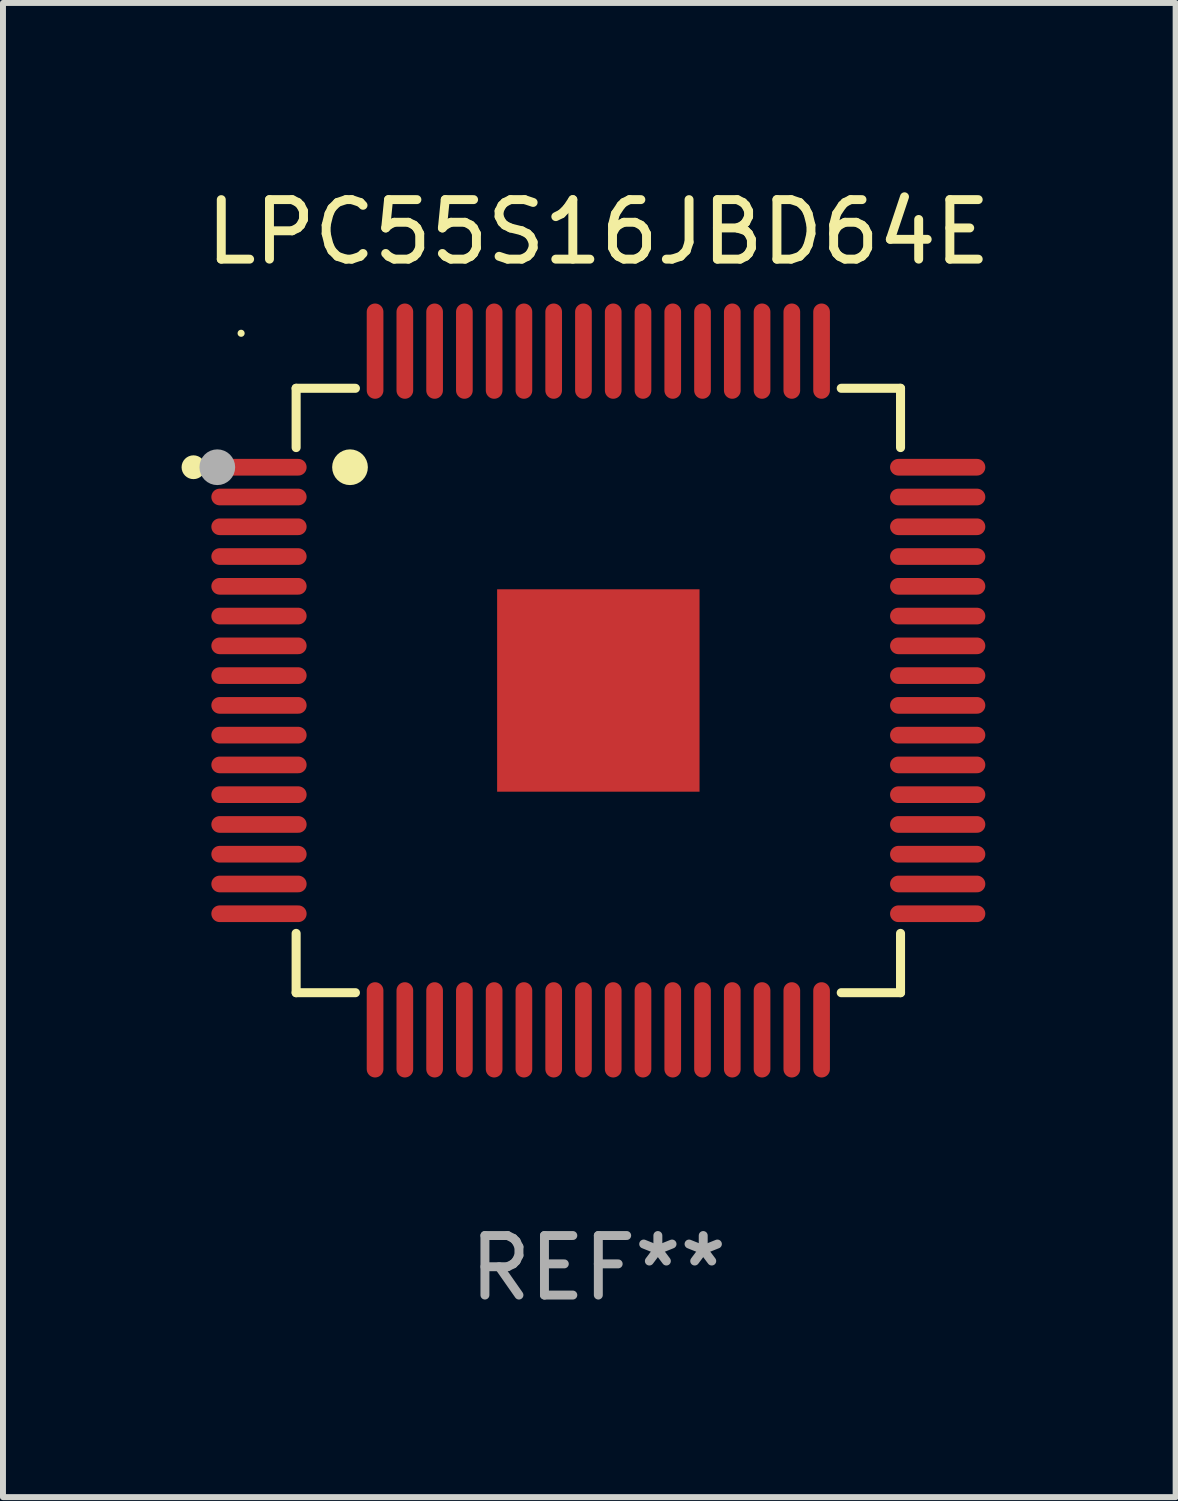
<source format=kicad_pcb>
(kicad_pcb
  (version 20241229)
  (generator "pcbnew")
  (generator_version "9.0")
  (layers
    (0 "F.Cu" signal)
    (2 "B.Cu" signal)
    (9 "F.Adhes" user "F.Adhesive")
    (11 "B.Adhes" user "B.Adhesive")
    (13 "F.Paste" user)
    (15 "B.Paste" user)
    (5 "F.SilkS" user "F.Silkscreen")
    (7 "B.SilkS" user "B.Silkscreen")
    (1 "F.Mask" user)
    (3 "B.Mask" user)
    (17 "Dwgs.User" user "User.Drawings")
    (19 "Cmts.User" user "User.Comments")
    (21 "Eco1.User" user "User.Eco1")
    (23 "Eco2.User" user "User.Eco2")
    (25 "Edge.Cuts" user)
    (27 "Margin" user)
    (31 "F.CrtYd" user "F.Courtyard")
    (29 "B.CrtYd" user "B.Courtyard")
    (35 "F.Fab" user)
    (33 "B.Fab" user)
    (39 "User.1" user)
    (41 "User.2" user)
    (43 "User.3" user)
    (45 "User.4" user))
  (footprint "LPC55S16JBD64E"
    (layer "F.Cu")
    (at 7 8.548)
    (property "Reference" "LPC55S16JBD64E" (at 0 -7.7 0) (layer "F.SilkS") (effects (font (size 1 1) (thickness 0.15))))
    (attr through_hole)
    (fp_line (start -5.076 -5.076) (end -5.076 -4.08) (stroke (width 0.152) (type solid)) (layer "F.SilkS"))
    (fp_line (start -5.076 5.076) (end -5.076 4.08) (stroke (width 0.152) (type solid)) (layer "F.SilkS"))
    (fp_line (start -4.08 -5.076) (end -5.076 -5.076) (stroke (width 0.152) (type solid)) (layer "F.SilkS"))
    (fp_line (start -4.08 5.076) (end -5.076 5.076) (stroke (width 0.152) (type solid)) (layer "F.SilkS"))
    (fp_line (start 4.08 -5.076) (end 5.076 -5.076) (stroke (width 0.152) (type solid)) (layer "F.SilkS"))
    (fp_line (start 4.08 5.076) (end 5.076 5.076) (stroke (width 0.152) (type solid)) (layer "F.SilkS"))
    (fp_line (start 5.076 -5.076) (end 5.076 -4.08) (stroke (width 0.152) (type solid)) (layer "F.SilkS"))
    (fp_line (start 5.076 5.076) (end 5.076 4.08) (stroke (width 0.152) (type solid)) (layer "F.SilkS"))
    (fp_circle (center -6.8 -3.75) (end -6.7 -3.75) (stroke (width 0.2) (type solid)) (fill no) (layer "F.SilkS"))
    (fp_circle (center -6 -6) (end -5.97 -6) (stroke (width 0.06) (type solid)) (fill no) (layer "F.SilkS"))
    (fp_circle (center -4.171 -3.75) (end -4.021 -3.75) (stroke (width 0.3) (type solid)) (fill no) (layer "F.SilkS"))
    (fp_circle (center -6.4 -3.75) (end -6.25 -3.75) (stroke (width 0.3) (type solid)) (fill no) (layer "F.Fab"))
    (fp_text user "REF**" (at 0 9.7 0) (layer "F.Fab") (effects (font (size 1 1) (thickness 0.15))))
    (pad "1" smd oval (at -5.7 -3.75 270) (size 0.28 1.6) (layers "F.Cu" "F.Mask" "F.Paste"))
    (pad "2" smd oval (at -5.7 -3.25 270) (size 0.28 1.6) (layers "F.Cu" "F.Mask" "F.Paste"))
    (pad "3" smd oval (at -5.7 -2.75 270) (size 0.28 1.6) (layers "F.Cu" "F.Mask" "F.Paste"))
    (pad "4" smd oval (at -5.7 -2.25 270) (size 0.28 1.6) (layers "F.Cu" "F.Mask" "F.Paste"))
    (pad "5" smd oval (at -5.7 -1.75 270) (size 0.28 1.6) (layers "F.Cu" "F.Mask" "F.Paste"))
    (pad "6" smd oval (at -5.7 -1.25 270) (size 0.28 1.6) (layers "F.Cu" "F.Mask" "F.Paste"))
    (pad "7" smd oval (at -5.7 -0.75 270) (size 0.28 1.6) (layers "F.Cu" "F.Mask" "F.Paste"))
    (pad "8" smd oval (at -5.7 -0.25 270) (size 0.28 1.6) (layers "F.Cu" "F.Mask" "F.Paste"))
    (pad "9" smd oval (at -5.7 0.25 270) (size 0.28 1.6) (layers "F.Cu" "F.Mask" "F.Paste"))
    (pad "10" smd oval (at -5.7 0.75 270) (size 0.28 1.6) (layers "F.Cu" "F.Mask" "F.Paste"))
    (pad "11" smd oval (at -5.7 1.25 270) (size 0.28 1.6) (layers "F.Cu" "F.Mask" "F.Paste"))
    (pad "12" smd oval (at -5.7 1.75 270) (size 0.28 1.6) (layers "F.Cu" "F.Mask" "F.Paste"))
    (pad "13" smd oval (at -5.7 2.25 270) (size 0.28 1.6) (layers "F.Cu" "F.Mask" "F.Paste"))
    (pad "14" smd oval (at -5.7 2.75 270) (size 0.28 1.6) (layers "F.Cu" "F.Mask" "F.Paste"))
    (pad "15" smd oval (at -5.7 3.25 270) (size 0.28 1.6) (layers "F.Cu" "F.Mask" "F.Paste"))
    (pad "16" smd oval (at -5.7 3.75 270) (size 0.28 1.6) (layers "F.Cu" "F.Mask" "F.Paste"))
    (pad "17" smd oval (at -3.75 5.7 270) (size 1.6 0.28) (layers "F.Cu" "F.Mask" "F.Paste"))
    (pad "18" smd oval (at -3.25 5.7 270) (size 1.6 0.28) (layers "F.Cu" "F.Mask" "F.Paste"))
    (pad "19" smd oval (at -2.75 5.7 270) (size 1.6 0.28) (layers "F.Cu" "F.Mask" "F.Paste"))
    (pad "20" smd oval (at -2.25 5.7 270) (size 1.6 0.28) (layers "F.Cu" "F.Mask" "F.Paste"))
    (pad "21" smd oval (at -1.75 5.7 270) (size 1.6 0.28) (layers "F.Cu" "F.Mask" "F.Paste"))
    (pad "22" smd oval (at -1.25 5.7 270) (size 1.6 0.28) (layers "F.Cu" "F.Mask" "F.Paste"))
    (pad "23" smd oval (at -0.75 5.7 270) (size 1.6 0.28) (layers "F.Cu" "F.Mask" "F.Paste"))
    (pad "24" smd oval (at -0.25 5.7 270) (size 1.6 0.28) (layers "F.Cu" "F.Mask" "F.Paste"))
    (pad "25" smd oval (at 0.25 5.7 270) (size 1.6 0.28) (layers "F.Cu" "F.Mask" "F.Paste"))
    (pad "26" smd oval (at 0.75 5.7 270) (size 1.6 0.28) (layers "F.Cu" "F.Mask" "F.Paste"))
    (pad "27" smd oval (at 1.25 5.7 270) (size 1.6 0.28) (layers "F.Cu" "F.Mask" "F.Paste"))
    (pad "28" smd oval (at 1.75 5.7 270) (size 1.6 0.28) (layers "F.Cu" "F.Mask" "F.Paste"))
    (pad "29" smd oval (at 2.25 5.7 270) (size 1.6 0.28) (layers "F.Cu" "F.Mask" "F.Paste"))
    (pad "30" smd oval (at 2.75 5.7 270) (size 1.6 0.28) (layers "F.Cu" "F.Mask" "F.Paste"))
    (pad "31" smd oval (at 3.25 5.7 270) (size 1.6 0.28) (layers "F.Cu" "F.Mask" "F.Paste"))
    (pad "32" smd oval (at 3.75 5.7 270) (size 1.6 0.28) (layers "F.Cu" "F.Mask" "F.Paste"))
    (pad "33" smd oval (at 5.7 3.75 270) (size 0.28 1.6) (layers "F.Cu" "F.Mask" "F.Paste"))
    (pad "34" smd oval (at 5.7 3.25 270) (size 0.28 1.6) (layers "F.Cu" "F.Mask" "F.Paste"))
    (pad "35" smd oval (at 5.7 2.75 270) (size 0.28 1.6) (layers "F.Cu" "F.Mask" "F.Paste"))
    (pad "36" smd oval (at 5.7 2.25 270) (size 0.28 1.6) (layers "F.Cu" "F.Mask" "F.Paste"))
    (pad "37" smd oval (at 5.7 1.75 270) (size 0.28 1.6) (layers "F.Cu" "F.Mask" "F.Paste"))
    (pad "38" smd oval (at 5.7 1.25 270) (size 0.28 1.6) (layers "F.Cu" "F.Mask" "F.Paste"))
    (pad "39" smd oval (at 5.7 0.75 270) (size 0.28 1.6) (layers "F.Cu" "F.Mask" "F.Paste"))
    (pad "40" smd oval (at 5.7 0.25 270) (size 0.28 1.6) (layers "F.Cu" "F.Mask" "F.Paste"))
    (pad "41" smd oval (at 5.7 -0.25 270) (size 0.28 1.6) (layers "F.Cu" "F.Mask" "F.Paste"))
    (pad "42" smd oval (at 5.7 -0.75 270) (size 0.28 1.6) (layers "F.Cu" "F.Mask" "F.Paste"))
    (pad "43" smd oval (at 5.7 -1.25 270) (size 0.28 1.6) (layers "F.Cu" "F.Mask" "F.Paste"))
    (pad "44" smd oval (at 5.7 -1.75 270) (size 0.28 1.6) (layers "F.Cu" "F.Mask" "F.Paste"))
    (pad "45" smd oval (at 5.7 -2.25 270) (size 0.28 1.6) (layers "F.Cu" "F.Mask" "F.Paste"))
    (pad "46" smd oval (at 5.7 -2.75 270) (size 0.28 1.6) (layers "F.Cu" "F.Mask" "F.Paste"))
    (pad "47" smd oval (at 5.7 -3.25 270) (size 0.28 1.6) (layers "F.Cu" "F.Mask" "F.Paste"))
    (pad "48" smd oval (at 5.7 -3.75 270) (size 0.28 1.6) (layers "F.Cu" "F.Mask" "F.Paste"))
    (pad "49" smd oval (at 3.75 -5.7 270) (size 1.6 0.28) (layers "F.Cu" "F.Mask" "F.Paste"))
    (pad "50" smd oval (at 3.25 -5.7 270) (size 1.6 0.28) (layers "F.Cu" "F.Mask" "F.Paste"))
    (pad "51" smd oval (at 2.75 -5.7 270) (size 1.6 0.28) (layers "F.Cu" "F.Mask" "F.Paste"))
    (pad "52" smd oval (at 2.25 -5.7 270) (size 1.6 0.28) (layers "F.Cu" "F.Mask" "F.Paste"))
    (pad "53" smd oval (at 1.75 -5.7 270) (size 1.6 0.28) (layers "F.Cu" "F.Mask" "F.Paste"))
    (pad "54" smd oval (at 1.25 -5.7 270) (size 1.6 0.28) (layers "F.Cu" "F.Mask" "F.Paste"))
    (pad "55" smd oval (at 0.75 -5.7 270) (size 1.6 0.28) (layers "F.Cu" "F.Mask" "F.Paste"))
    (pad "56" smd oval (at 0.25 -5.7 270) (size 1.6 0.28) (layers "F.Cu" "F.Mask" "F.Paste"))
    (pad "57" smd oval (at -0.25 -5.7 270) (size 1.6 0.28) (layers "F.Cu" "F.Mask" "F.Paste"))
    (pad "58" smd oval (at -0.75 -5.7 270) (size 1.6 0.28) (layers "F.Cu" "F.Mask" "F.Paste"))
    (pad "59" smd oval (at -1.25 -5.7 270) (size 1.6 0.28) (layers "F.Cu" "F.Mask" "F.Paste"))
    (pad "60" smd oval (at -1.75 -5.7 270) (size 1.6 0.28) (layers "F.Cu" "F.Mask" "F.Paste"))
    (pad "61" smd oval (at -2.25 -5.7 270) (size 1.6 0.28) (layers "F.Cu" "F.Mask" "F.Paste"))
    (pad "62" smd oval (at -2.75 -5.7 270) (size 1.6 0.28) (layers "F.Cu" "F.Mask" "F.Paste"))
    (pad "63" smd oval (at -3.25 -5.7 270) (size 1.6 0.28) (layers "F.Cu" "F.Mask" "F.Paste"))
    (pad "64" smd oval (at -3.75 -5.7 270) (size 1.6 0.28) (layers "F.Cu" "F.Mask" "F.Paste"))
    (pad "65" smd rect (at 0 0 270) (size 3.4 3.4) (layers "F.Cu" "F.Mask" "F.Paste")))
  (gr_rect
    (start -3 -3)
    (end 16.697 22.097)
    (stroke (width 0.1) (type default))
    (fill no)
    (layer "Edge.Cuts")))
</source>
